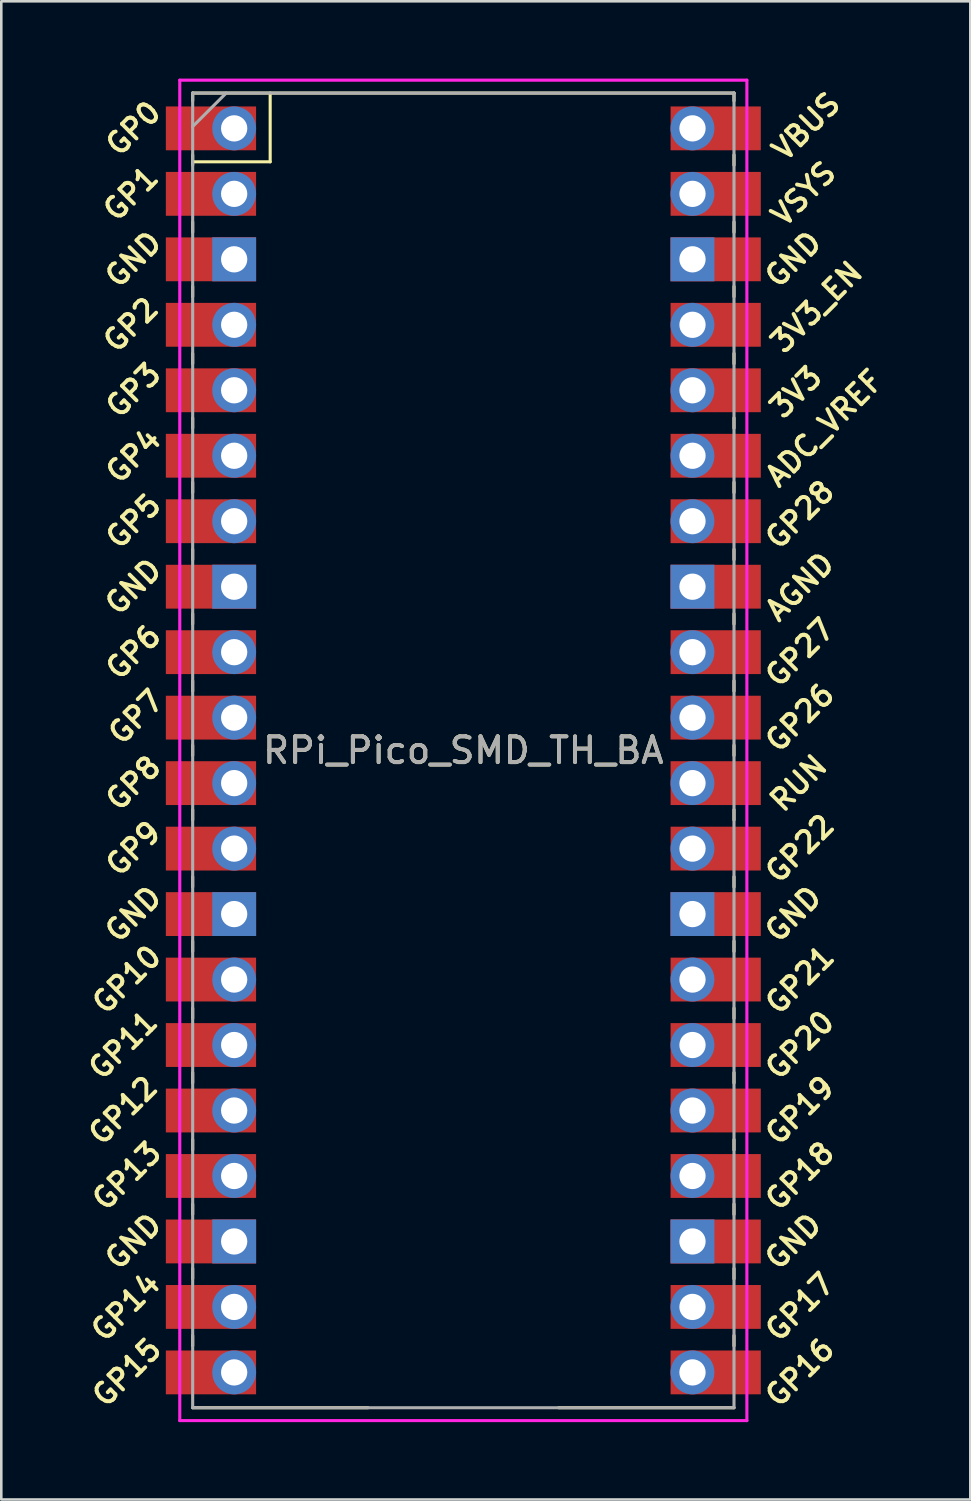
<source format=kicad_pcb>
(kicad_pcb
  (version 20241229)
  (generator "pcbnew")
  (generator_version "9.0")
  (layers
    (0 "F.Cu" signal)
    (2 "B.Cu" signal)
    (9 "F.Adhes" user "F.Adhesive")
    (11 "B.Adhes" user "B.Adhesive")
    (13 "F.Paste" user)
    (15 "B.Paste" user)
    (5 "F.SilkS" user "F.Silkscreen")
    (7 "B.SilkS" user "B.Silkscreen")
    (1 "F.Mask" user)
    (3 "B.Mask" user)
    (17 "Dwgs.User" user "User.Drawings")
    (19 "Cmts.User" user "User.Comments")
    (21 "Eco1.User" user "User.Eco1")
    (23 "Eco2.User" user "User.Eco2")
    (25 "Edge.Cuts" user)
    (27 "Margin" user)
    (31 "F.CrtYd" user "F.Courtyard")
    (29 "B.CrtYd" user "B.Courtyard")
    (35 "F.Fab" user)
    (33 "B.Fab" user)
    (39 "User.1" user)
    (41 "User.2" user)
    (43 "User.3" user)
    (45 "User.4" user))
  (footprint "RPi_Pico_SMD_TH_BA"
    (layer "F.Cu")
    (at 14.924 26.06)
    (property "Reference" "RPi_Pico_SMD_TH_BA" (at 0 0 0) (layer "F.SilkS") (effects (font (size 1 1) (thickness 0.15))))
    (attr through_hole)
    (fp_line (start -10.5 -25.5) (end -10.5 -25.2) (stroke (width 0.12) (type solid)) (layer "F.SilkS"))
    (fp_line (start -10.5 -25.5) (end 10.5 -25.5) (stroke (width 0.12) (type solid)) (layer "F.SilkS"))
    (fp_line (start -10.5 -23.1) (end -10.5 -22.7) (stroke (width 0.12) (type solid)) (layer "F.SilkS"))
    (fp_line (start -10.5 -22.833) (end -7.493 -22.833) (stroke (width 0.12) (type solid)) (layer "F.SilkS"))
    (fp_line (start -10.5 -20.5) (end -10.5 -20.1) (stroke (width 0.12) (type solid)) (layer "F.SilkS"))
    (fp_line (start -10.5 -18) (end -10.5 -17.6) (stroke (width 0.12) (type solid)) (layer "F.SilkS"))
    (fp_line (start -10.5 -15.4) (end -10.5 -15) (stroke (width 0.12) (type solid)) (layer "F.SilkS"))
    (fp_line (start -10.5 -12.9) (end -10.5 -12.5) (stroke (width 0.12) (type solid)) (layer "F.SilkS"))
    (fp_line (start -10.5 -10.4) (end -10.5 -10) (stroke (width 0.12) (type solid)) (layer "F.SilkS"))
    (fp_line (start -10.5 -7.8) (end -10.5 -7.4) (stroke (width 0.12) (type solid)) (layer "F.SilkS"))
    (fp_line (start -10.5 -5.3) (end -10.5 -4.9) (stroke (width 0.12) (type solid)) (layer "F.SilkS"))
    (fp_line (start -10.5 -2.7) (end -10.5 -2.3) (stroke (width 0.12) (type solid)) (layer "F.SilkS"))
    (fp_line (start -10.5 -0.2) (end -10.5 0.2) (stroke (width 0.12) (type solid)) (layer "F.SilkS"))
    (fp_line (start -10.5 2.3) (end -10.5 2.7) (stroke (width 0.12) (type solid)) (layer "F.SilkS"))
    (fp_line (start -10.5 4.9) (end -10.5 5.3) (stroke (width 0.12) (type solid)) (layer "F.SilkS"))
    (fp_line (start -10.5 7.4) (end -10.5 7.8) (stroke (width 0.12) (type solid)) (layer "F.SilkS"))
    (fp_line (start -10.5 10) (end -10.5 10.4) (stroke (width 0.12) (type solid)) (layer "F.SilkS"))
    (fp_line (start -10.5 12.5) (end -10.5 12.9) (stroke (width 0.12) (type solid)) (layer "F.SilkS"))
    (fp_line (start -10.5 15.1) (end -10.5 15.5) (stroke (width 0.12) (type solid)) (layer "F.SilkS"))
    (fp_line (start -10.5 17.6) (end -10.5 18) (stroke (width 0.12) (type solid)) (layer "F.SilkS"))
    (fp_line (start -10.5 20.1) (end -10.5 20.5) (stroke (width 0.12) (type solid)) (layer "F.SilkS"))
    (fp_line (start -10.5 22.7) (end -10.5 23.1) (stroke (width 0.12) (type solid)) (layer "F.SilkS"))
    (fp_line (start -7.493 -22.833) (end -7.493 -25.5) (stroke (width 0.12) (type solid)) (layer "F.SilkS"))
    (fp_line (start -3.7 25.5) (end -10.5 25.5) (stroke (width 0.12) (type solid)) (layer "F.SilkS"))
    (fp_line (start 10.5 -25.5) (end 10.5 -25.2) (stroke (width 0.12) (type solid)) (layer "F.SilkS"))
    (fp_line (start 10.5 -23.1) (end 10.5 -22.7) (stroke (width 0.12) (type solid)) (layer "F.SilkS"))
    (fp_line (start 10.5 -20.5) (end 10.5 -20.1) (stroke (width 0.12) (type solid)) (layer "F.SilkS"))
    (fp_line (start 10.5 -18) (end 10.5 -17.6) (stroke (width 0.12) (type solid)) (layer "F.SilkS"))
    (fp_line (start 10.5 -15.4) (end 10.5 -15) (stroke (width 0.12) (type solid)) (layer "F.SilkS"))
    (fp_line (start 10.5 -12.9) (end 10.5 -12.5) (stroke (width 0.12) (type solid)) (layer "F.SilkS"))
    (fp_line (start 10.5 -10.4) (end 10.5 -10) (stroke (width 0.12) (type solid)) (layer "F.SilkS"))
    (fp_line (start 10.5 -7.8) (end 10.5 -7.4) (stroke (width 0.12) (type solid)) (layer "F.SilkS"))
    (fp_line (start 10.5 -5.3) (end 10.5 -4.9) (stroke (width 0.12) (type solid)) (layer "F.SilkS"))
    (fp_line (start 10.5 -2.7) (end 10.5 -2.3) (stroke (width 0.12) (type solid)) (layer "F.SilkS"))
    (fp_line (start 10.5 -0.2) (end 10.5 0.2) (stroke (width 0.12) (type solid)) (layer "F.SilkS"))
    (fp_line (start 10.5 2.3) (end 10.5 2.7) (stroke (width 0.12) (type solid)) (layer "F.SilkS"))
    (fp_line (start 10.5 4.9) (end 10.5 5.3) (stroke (width 0.12) (type solid)) (layer "F.SilkS"))
    (fp_line (start 10.5 7.4) (end 10.5 7.8) (stroke (width 0.12) (type solid)) (layer "F.SilkS"))
    (fp_line (start 10.5 10) (end 10.5 10.4) (stroke (width 0.12) (type solid)) (layer "F.SilkS"))
    (fp_line (start 10.5 12.5) (end 10.5 12.9) (stroke (width 0.12) (type solid)) (layer "F.SilkS"))
    (fp_line (start 10.5 15.1) (end 10.5 15.5) (stroke (width 0.12) (type solid)) (layer "F.SilkS"))
    (fp_line (start 10.5 17.6) (end 10.5 18) (stroke (width 0.12) (type solid)) (layer "F.SilkS"))
    (fp_line (start 10.5 20.1) (end 10.5 20.5) (stroke (width 0.12) (type solid)) (layer "F.SilkS"))
    (fp_line (start 10.5 22.7) (end 10.5 23.1) (stroke (width 0.12) (type solid)) (layer "F.SilkS"))
    (fp_line (start 10.5 25.5) (end 3.7 25.5) (stroke (width 0.12) (type solid)) (layer "F.SilkS"))
    (fp_line (start -11 -26) (end 11 -26) (stroke (width 0.12) (type solid)) (layer "F.CrtYd"))
    (fp_line (start -11 26) (end -11 -26) (stroke (width 0.12) (type solid)) (layer "F.CrtYd"))
    (fp_line (start 11 -26) (end 11 26) (stroke (width 0.12) (type solid)) (layer "F.CrtYd"))
    (fp_line (start 11 26) (end -11 26) (stroke (width 0.12) (type solid)) (layer "F.CrtYd"))
    (fp_line (start -10.5 -25.5) (end 10.5 -25.5) (stroke (width 0.12) (type solid)) (layer "F.Fab"))
    (fp_line (start -10.5 -24.2) (end -9.2 -25.5) (stroke (width 0.12) (type solid)) (layer "F.Fab"))
    (fp_line (start -10.5 25.5) (end -10.5 -25.5) (stroke (width 0.12) (type solid)) (layer "F.Fab"))
    (fp_line (start 10.5 -25.5) (end 10.5 25.5) (stroke (width 0.12) (type solid)) (layer "F.Fab"))
    (fp_line (start 10.5 25.5) (end -10.5 25.5) (stroke (width 0.12) (type solid)) (layer "F.Fab"))
    (fp_text user "GND" (at 12.8 6.35 45) (layer "F.SilkS") (effects (font (size 0.8 0.8) (thickness 0.15))))
    (fp_text user "GP18" (at 13.054 16.51 45) (layer "F.SilkS") (effects (font (size 0.8 0.8) (thickness 0.15))))
    (fp_text user "GP5" (at -12.8 -8.89 45) (layer "F.SilkS") (effects (font (size 0.8 0.8) (thickness 0.15))))
    (fp_text user "GP0" (at -12.8 -24.13 45) (layer "F.SilkS") (effects (font (size 0.8 0.8) (thickness 0.15))))
    (fp_text user "3V3" (at 12.9 -13.9 45) (layer "F.SilkS") (effects (font (size 0.8 0.8) (thickness 0.15))))
    (fp_text user "RUN" (at 13 1.27 45) (layer "F.SilkS") (effects (font (size 0.8 0.8) (thickness 0.15))))
    (fp_text user "GP17" (at 13.054 21.59 45) (layer "F.SilkS") (effects (font (size 0.8 0.8) (thickness 0.15))))
    (fp_text user "GP15" (at -13.054 24.13 45) (layer "F.SilkS") (effects (font (size 0.8 0.8) (thickness 0.15))))
    (fp_text user "GP14" (at -13.1 21.59 45) (layer "F.SilkS") (effects (font (size 0.8 0.8) (thickness 0.15))))
    (fp_text user "GND" (at -12.8 -19.05 45) (layer "F.SilkS") (effects (font (size 0.8 0.8) (thickness 0.15))))
    (fp_text user "GND" (at 12.8 19.05 45) (layer "F.SilkS") (effects (font (size 0.8 0.8) (thickness 0.15))))
    (fp_text user "ADC_VREF" (at 14 -12.5 45) (layer "F.SilkS") (effects (font (size 0.8 0.8) (thickness 0.15))))
    (fp_text user "GP6" (at -12.8 -3.81 45) (layer "F.SilkS") (effects (font (size 0.8 0.8) (thickness 0.15))))
    (fp_text user "GP11" (at -13.2 11.43 45) (layer "F.SilkS") (effects (font (size 0.8 0.8) (thickness 0.15))))
    (fp_text user "GP27" (at 13.054 -3.8 45) (layer "F.SilkS") (effects (font (size 0.8 0.8) (thickness 0.15))))
    (fp_text user "GP2" (at -12.9 -16.51 45) (layer "F.SilkS") (effects (font (size 0.8 0.8) (thickness 0.15))))
    (fp_text user "VSYS" (at 13.2 -21.59 45) (layer "F.SilkS") (effects (font (size 0.8 0.8) (thickness 0.15))))
    (fp_text user "GP21" (at 13.054 8.9 45) (layer "F.SilkS") (effects (font (size 0.8 0.8) (thickness 0.15))))
    (fp_text user "GP10" (at -13.054 8.89 45) (layer "F.SilkS") (effects (font (size 0.8 0.8) (thickness 0.15))))
    (fp_text user "GP13" (at -13.054 16.51 45) (layer "F.SilkS") (effects (font (size 0.8 0.8) (thickness 0.15))))
    (fp_text user "GP20" (at 13.054 11.43 45) (layer "F.SilkS") (effects (font (size 0.8 0.8) (thickness 0.15))))
    (fp_text user "GP4" (at -12.8 -11.43 45) (layer "F.SilkS") (effects (font (size 0.8 0.8) (thickness 0.15))))
    (fp_text user "GND" (at -12.8 19.05 45) (layer "F.SilkS") (effects (font (size 0.8 0.8) (thickness 0.15))))
    (fp_text user "AGND" (at 13.054 -6.35 45) (layer "F.SilkS") (effects (font (size 0.8 0.8) (thickness 0.15))))
    (fp_text user "GP16" (at 13.054 24.13 45) (layer "F.SilkS") (effects (font (size 0.8 0.8) (thickness 0.15))))
    (fp_text user "GP28" (at 13.054 -9.144 45) (layer "F.SilkS") (effects (font (size 0.8 0.8) (thickness 0.15))))
    (fp_text user "GP19" (at 13.054 13.97 45) (layer "F.SilkS") (effects (font (size 0.8 0.8) (thickness 0.15))))
    (fp_text user "GND" (at 12.8 -19.05 45) (layer "F.SilkS") (effects (font (size 0.8 0.8) (thickness 0.15))))
    (fp_text user "3V3_EN" (at 13.7 -17.2 45) (layer "F.SilkS") (effects (font (size 0.8 0.8) (thickness 0.15))))
    (fp_text user "GP3" (at -12.8 -13.97 45) (layer "F.SilkS") (effects (font (size 0.8 0.8) (thickness 0.15))))
    (fp_text user "GP7" (at -12.7 -1.3 45) (layer "F.SilkS") (effects (font (size 0.8 0.8) (thickness 0.15))))
    (fp_text user "GP22" (at 13.054 3.81 45) (layer "F.SilkS") (effects (font (size 0.8 0.8) (thickness 0.15))))
    (fp_text user "GND" (at -12.8 6.35 45) (layer "F.SilkS") (effects (font (size 0.8 0.8) (thickness 0.15))))
    (fp_text user "VBUS" (at 13.3 -24.2 45) (layer "F.SilkS") (effects (font (size 0.8 0.8) (thickness 0.15))))
    (fp_text user "GND" (at -12.8 -6.35 45) (layer "F.SilkS") (effects (font (size 0.8 0.8) (thickness 0.15))))
    (fp_text user "GP26" (at 13.054 -1.27 45) (layer "F.SilkS") (effects (font (size 0.8 0.8) (thickness 0.15))))
    (fp_text user "GP1" (at -12.9 -21.6 45) (layer "F.SilkS") (effects (font (size 0.8 0.8) (thickness 0.15))))
    (fp_text user "GP9" (at -12.8 3.81 45) (layer "F.SilkS") (effects (font (size 0.8 0.8) (thickness 0.15))))
    (fp_text user "GP12" (at -13.2 13.97 45) (layer "F.SilkS") (effects (font (size 0.8 0.8) (thickness 0.15))))
    (fp_text user "GP8" (at -12.8 1.27 45) (layer "F.SilkS") (effects (font (size 0.8 0.8) (thickness 0.15))))
    (fp_text user "${REFERENCE}" (at 0 0 180) (layer "F.Fab") (effects (font (size 1 1) (thickness 0.15))))
    (pad "1" thru_hole oval (at -8.89 -24.13) (size 1.7 1.7) (drill 1.02) (layers "*.Cu" "*.Mask"))
    (pad "1" smd rect (at -8.89 -24.13) (size 3.5 1.7) (drill (offset -0.9 0)) (layers "F.Cu" "F.Mask"))
    (pad "2" thru_hole oval (at -8.89 -21.59) (size 1.7 1.7) (drill 1.02) (layers "*.Cu" "*.Mask"))
    (pad "2" smd rect (at -8.89 -21.59) (size 3.5 1.7) (drill (offset -0.9 0)) (layers "F.Cu" "F.Mask"))
    (pad "3" thru_hole rect (at -8.89 -19.05) (size 1.7 1.7) (drill 1.02) (layers "*.Cu" "*.Mask"))
    (pad "3" smd rect (at -8.89 -19.05) (size 3.5 1.7) (drill (offset -0.9 0)) (layers "F.Cu" "F.Mask"))
    (pad "4" thru_hole oval (at -8.89 -16.51) (size 1.7 1.7) (drill 1.02) (layers "*.Cu" "*.Mask"))
    (pad "4" smd rect (at -8.89 -16.51) (size 3.5 1.7) (drill (offset -0.9 0)) (layers "F.Cu" "F.Mask"))
    (pad "5" thru_hole oval (at -8.89 -13.97) (size 1.7 1.7) (drill 1.02) (layers "*.Cu" "*.Mask"))
    (pad "5" smd rect (at -8.89 -13.97) (size 3.5 1.7) (drill (offset -0.9 0)) (layers "F.Cu" "F.Mask"))
    (pad "6" thru_hole oval (at -8.89 -11.43) (size 1.7 1.7) (drill 1.02) (layers "*.Cu" "*.Mask"))
    (pad "6" smd rect (at -8.89 -11.43) (size 3.5 1.7) (drill (offset -0.9 0)) (layers "F.Cu" "F.Mask"))
    (pad "7" thru_hole oval (at -8.89 -8.89) (size 1.7 1.7) (drill 1.02) (layers "*.Cu" "*.Mask"))
    (pad "7" smd rect (at -8.89 -8.89) (size 3.5 1.7) (drill (offset -0.9 0)) (layers "F.Cu" "F.Mask"))
    (pad "8" thru_hole rect (at -8.89 -6.35) (size 1.7 1.7) (drill 1.02) (layers "*.Cu" "*.Mask"))
    (pad "8" smd rect (at -8.89 -6.35) (size 3.5 1.7) (drill (offset -0.9 0)) (layers "F.Cu" "F.Mask"))
    (pad "9" thru_hole oval (at -8.89 -3.81) (size 1.7 1.7) (drill 1.02) (layers "*.Cu" "*.Mask"))
    (pad "9" smd rect (at -8.89 -3.81) (size 3.5 1.7) (drill (offset -0.9 0)) (layers "F.Cu" "F.Mask"))
    (pad "10" thru_hole oval (at -8.89 -1.27) (size 1.7 1.7) (drill 1.02) (layers "*.Cu" "*.Mask"))
    (pad "10" smd rect (at -8.89 -1.27) (size 3.5 1.7) (drill (offset -0.9 0)) (layers "F.Cu" "F.Mask"))
    (pad "11" thru_hole oval (at -8.89 1.27) (size 1.7 1.7) (drill 1.02) (layers "*.Cu" "*.Mask"))
    (pad "11" smd rect (at -8.89 1.27) (size 3.5 1.7) (drill (offset -0.9 0)) (layers "F.Cu" "F.Mask"))
    (pad "12" thru_hole oval (at -8.89 3.81) (size 1.7 1.7) (drill 1.02) (layers "*.Cu" "*.Mask"))
    (pad "12" smd rect (at -8.89 3.81) (size 3.5 1.7) (drill (offset -0.9 0)) (layers "F.Cu" "F.Mask"))
    (pad "13" thru_hole rect (at -8.89 6.35) (size 1.7 1.7) (drill 1.02) (layers "*.Cu" "*.Mask"))
    (pad "13" smd rect (at -8.89 6.35) (size 3.5 1.7) (drill (offset -0.9 0)) (layers "F.Cu" "F.Mask"))
    (pad "14" thru_hole oval (at -8.89 8.89) (size 1.7 1.7) (drill 1.02) (layers "*.Cu" "*.Mask"))
    (pad "14" smd rect (at -8.89 8.89) (size 3.5 1.7) (drill (offset -0.9 0)) (layers "F.Cu" "F.Mask"))
    (pad "15" thru_hole oval (at -8.89 11.43) (size 1.7 1.7) (drill 1.02) (layers "*.Cu" "*.Mask"))
    (pad "15" smd rect (at -8.89 11.43) (size 3.5 1.7) (drill (offset -0.9 0)) (layers "F.Cu" "F.Mask"))
    (pad "16" thru_hole oval (at -8.89 13.97) (size 1.7 1.7) (drill 1.02) (layers "*.Cu" "*.Mask"))
    (pad "16" smd rect (at -8.89 13.97) (size 3.5 1.7) (drill (offset -0.9 0)) (layers "F.Cu" "F.Mask"))
    (pad "17" thru_hole oval (at -8.89 16.51) (size 1.7 1.7) (drill 1.02) (layers "*.Cu" "*.Mask"))
    (pad "17" smd rect (at -8.89 16.51) (size 3.5 1.7) (drill (offset -0.9 0)) (layers "F.Cu" "F.Mask"))
    (pad "18" thru_hole rect (at -8.89 19.05) (size 1.7 1.7) (drill 1.02) (layers "*.Cu" "*.Mask"))
    (pad "18" smd rect (at -8.89 19.05) (size 3.5 1.7) (drill (offset -0.9 0)) (layers "F.Cu" "F.Mask"))
    (pad "19" thru_hole oval (at -8.89 21.59) (size 1.7 1.7) (drill 1.02) (layers "*.Cu" "*.Mask"))
    (pad "19" smd rect (at -8.89 21.59) (size 3.5 1.7) (drill (offset -0.9 0)) (layers "F.Cu" "F.Mask"))
    (pad "20" thru_hole oval (at -8.89 24.13) (size 1.7 1.7) (drill 1.02) (layers "*.Cu" "*.Mask"))
    (pad "20" smd rect (at -8.89 24.13) (size 3.5 1.7) (drill (offset -0.9 0)) (layers "F.Cu" "F.Mask"))
    (pad "21" thru_hole oval (at 8.89 24.13) (size 1.7 1.7) (drill 1.02) (layers "*.Cu" "*.Mask"))
    (pad "21" smd rect (at 8.89 24.13) (size 3.5 1.7) (drill (offset 0.9 0)) (layers "F.Cu" "F.Mask"))
    (pad "22" thru_hole oval (at 8.89 21.59) (size 1.7 1.7) (drill 1.02) (layers "*.Cu" "*.Mask"))
    (pad "22" smd rect (at 8.89 21.59) (size 3.5 1.7) (drill (offset 0.9 0)) (layers "F.Cu" "F.Mask"))
    (pad "23" thru_hole rect (at 8.89 19.05) (size 1.7 1.7) (drill 1.02) (layers "*.Cu" "*.Mask"))
    (pad "23" smd rect (at 8.89 19.05) (size 3.5 1.7) (drill (offset 0.9 0)) (layers "F.Cu" "F.Mask"))
    (pad "24" thru_hole oval (at 8.89 16.51) (size 1.7 1.7) (drill 1.02) (layers "*.Cu" "*.Mask"))
    (pad "24" smd rect (at 8.89 16.51) (size 3.5 1.7) (drill (offset 0.9 0)) (layers "F.Cu" "F.Mask"))
    (pad "25" thru_hole oval (at 8.89 13.97) (size 1.7 1.7) (drill 1.02) (layers "*.Cu" "*.Mask"))
    (pad "25" smd rect (at 8.89 13.97) (size 3.5 1.7) (drill (offset 0.9 0)) (layers "F.Cu" "F.Mask"))
    (pad "26" thru_hole oval (at 8.89 11.43) (size 1.7 1.7) (drill 1.02) (layers "*.Cu" "*.Mask"))
    (pad "26" smd rect (at 8.89 11.43) (size 3.5 1.7) (drill (offset 0.9 0)) (layers "F.Cu" "F.Mask"))
    (pad "27" thru_hole oval (at 8.89 8.89) (size 1.7 1.7) (drill 1.02) (layers "*.Cu" "*.Mask"))
    (pad "27" smd rect (at 8.89 8.89) (size 3.5 1.7) (drill (offset 0.9 0)) (layers "F.Cu" "F.Mask"))
    (pad "28" thru_hole rect (at 8.89 6.35) (size 1.7 1.7) (drill 1.02) (layers "*.Cu" "*.Mask"))
    (pad "28" smd rect (at 8.89 6.35) (size 3.5 1.7) (drill (offset 0.9 0)) (layers "F.Cu" "F.Mask"))
    (pad "29" thru_hole oval (at 8.89 3.81) (size 1.7 1.7) (drill 1.02) (layers "*.Cu" "*.Mask"))
    (pad "29" smd rect (at 8.89 3.81) (size 3.5 1.7) (drill (offset 0.9 0)) (layers "F.Cu" "F.Mask"))
    (pad "30" thru_hole oval (at 8.89 1.27) (size 1.7 1.7) (drill 1.02) (layers "*.Cu" "*.Mask"))
    (pad "30" smd rect (at 8.89 1.27) (size 3.5 1.7) (drill (offset 0.9 0)) (layers "F.Cu" "F.Mask"))
    (pad "31" thru_hole oval (at 8.89 -1.27) (size 1.7 1.7) (drill 1.02) (layers "*.Cu" "*.Mask"))
    (pad "31" smd rect (at 8.89 -1.27) (size 3.5 1.7) (drill (offset 0.9 0)) (layers "F.Cu" "F.Mask"))
    (pad "32" thru_hole oval (at 8.89 -3.81) (size 1.7 1.7) (drill 1.02) (layers "*.Cu" "*.Mask"))
    (pad "32" smd rect (at 8.89 -3.81) (size 3.5 1.7) (drill (offset 0.9 0)) (layers "F.Cu" "F.Mask"))
    (pad "33" thru_hole rect (at 8.89 -6.35) (size 1.7 1.7) (drill 1.02) (layers "*.Cu" "*.Mask"))
    (pad "33" smd rect (at 8.89 -6.35) (size 3.5 1.7) (drill (offset 0.9 0)) (layers "F.Cu" "F.Mask"))
    (pad "34" thru_hole oval (at 8.89 -8.89) (size 1.7 1.7) (drill 1.02) (layers "*.Cu" "*.Mask"))
    (pad "34" smd rect (at 8.89 -8.89) (size 3.5 1.7) (drill (offset 0.9 0)) (layers "F.Cu" "F.Mask"))
    (pad "35" thru_hole oval (at 8.89 -11.43) (size 1.7 1.7) (drill 1.02) (layers "*.Cu" "*.Mask"))
    (pad "35" smd rect (at 8.89 -11.43) (size 3.5 1.7) (drill (offset 0.9 0)) (layers "F.Cu" "F.Mask"))
    (pad "36" thru_hole oval (at 8.89 -13.97) (size 1.7 1.7) (drill 1.02) (layers "*.Cu" "*.Mask"))
    (pad "36" smd rect (at 8.89 -13.97) (size 3.5 1.7) (drill (offset 0.9 0)) (layers "F.Cu" "F.Mask"))
    (pad "37" thru_hole oval (at 8.89 -16.51) (size 1.7 1.7) (drill 1.02) (layers "*.Cu" "*.Mask"))
    (pad "37" smd rect (at 8.89 -16.51) (size 3.5 1.7) (drill (offset 0.9 0)) (layers "F.Cu" "F.Mask"))
    (pad "38" thru_hole rect (at 8.89 -19.05) (size 1.7 1.7) (drill 1.02) (layers "*.Cu" "*.Mask"))
    (pad "38" smd rect (at 8.89 -19.05) (size 3.5 1.7) (drill (offset 0.9 0)) (layers "F.Cu" "F.Mask"))
    (pad "39" thru_hole oval (at 8.89 -21.59) (size 1.7 1.7) (drill 1.02) (layers "*.Cu" "*.Mask"))
    (pad "39" smd rect (at 8.89 -21.59) (size 3.5 1.7) (drill (offset 0.9 0)) (layers "F.Cu" "F.Mask"))
    (pad "40" thru_hole oval (at 8.89 -24.13) (size 1.7 1.7) (drill 1.02) (layers "*.Cu" "*.Mask"))
    (pad "40" smd rect (at 8.89 -24.13) (size 3.5 1.7) (drill (offset 0.9 0)) (layers "F.Cu" "F.Mask")))
  (gr_rect
    (start -3 -3)
    (end 34.591 55.12)
    (stroke (width 0.1) (type default))
    (fill no)
    (layer "Edge.Cuts")))
</source>
